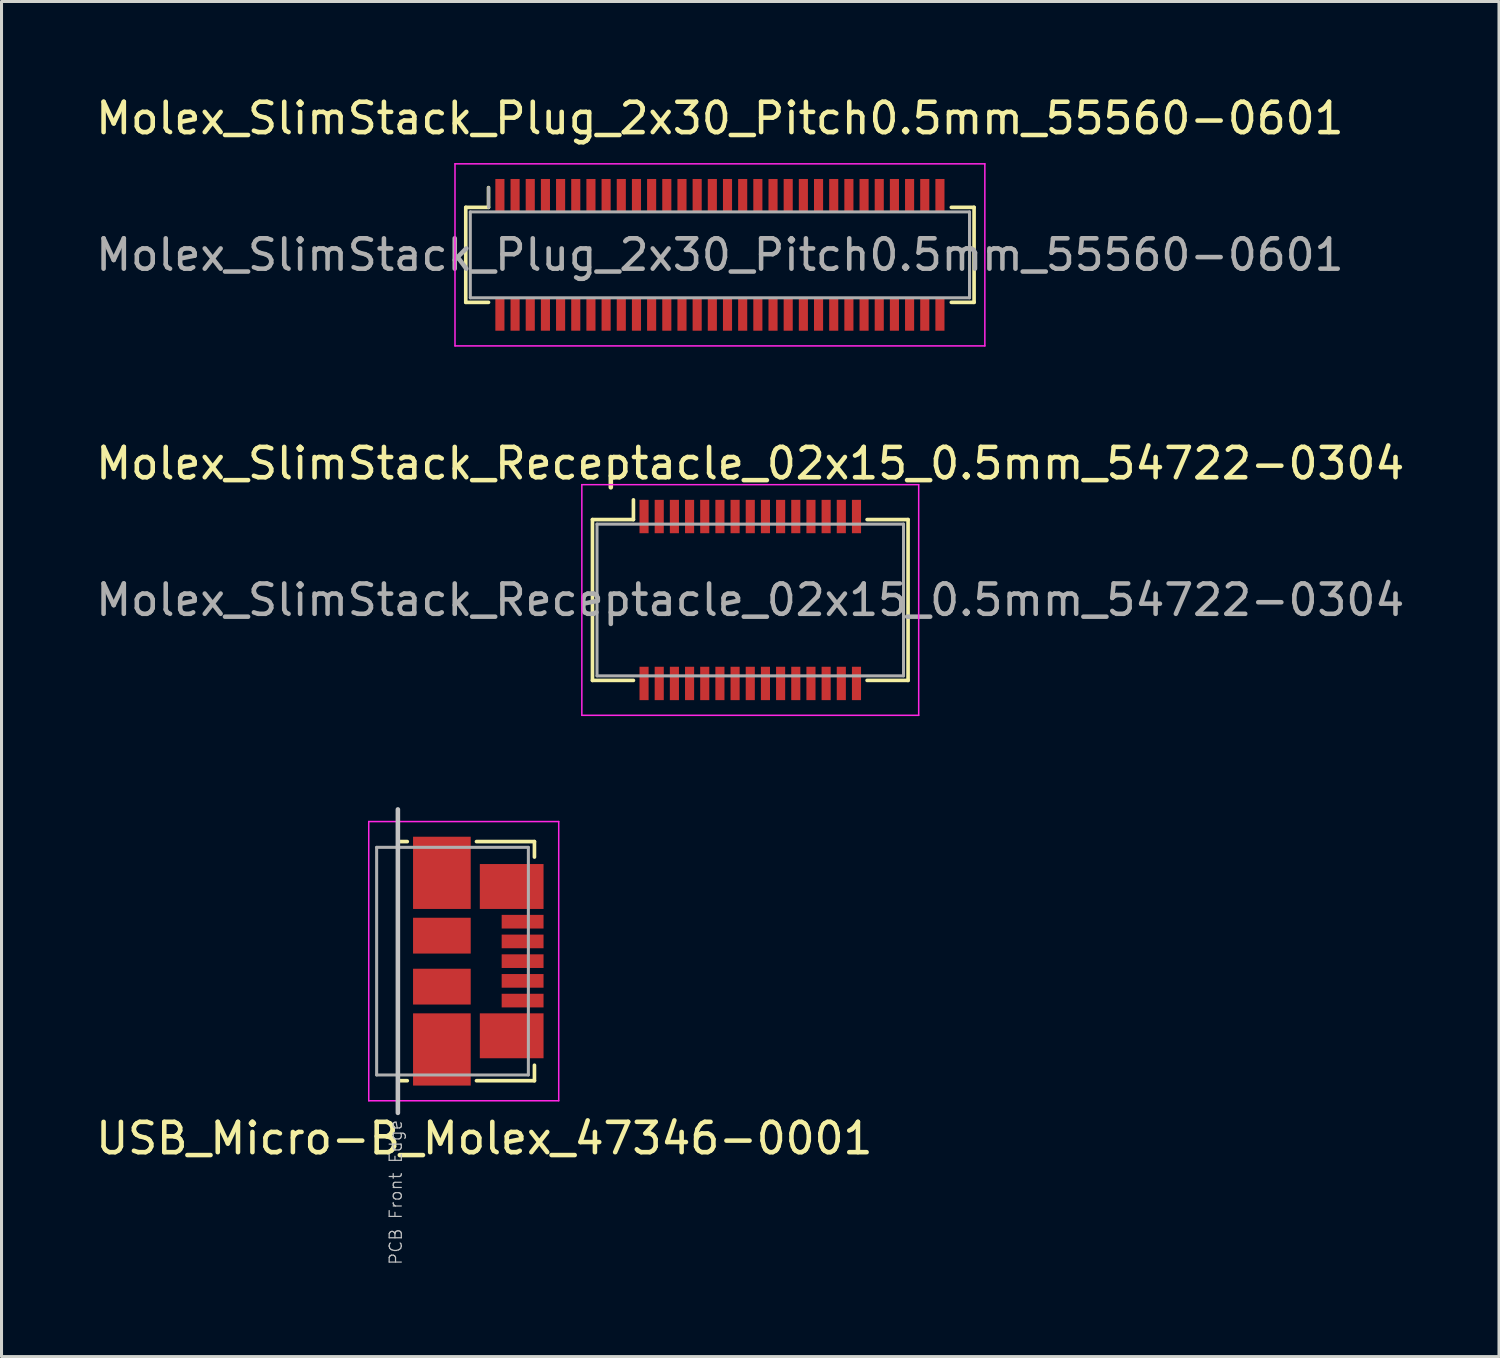
<source format=kicad_pcb>
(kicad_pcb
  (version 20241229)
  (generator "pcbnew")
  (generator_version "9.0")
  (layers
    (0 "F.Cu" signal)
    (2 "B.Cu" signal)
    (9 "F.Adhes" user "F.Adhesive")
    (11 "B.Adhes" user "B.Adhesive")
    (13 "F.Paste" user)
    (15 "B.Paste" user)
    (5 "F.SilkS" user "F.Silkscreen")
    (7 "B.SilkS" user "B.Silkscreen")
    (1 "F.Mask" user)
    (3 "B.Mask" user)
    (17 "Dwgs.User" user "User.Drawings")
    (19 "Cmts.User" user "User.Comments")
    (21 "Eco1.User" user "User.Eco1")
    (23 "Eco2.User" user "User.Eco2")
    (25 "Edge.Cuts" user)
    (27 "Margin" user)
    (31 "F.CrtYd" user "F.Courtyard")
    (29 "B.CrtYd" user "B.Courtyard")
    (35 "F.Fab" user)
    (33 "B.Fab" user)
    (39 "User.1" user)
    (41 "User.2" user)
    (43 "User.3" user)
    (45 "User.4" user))
  (footprint "USB_Micro-B_Molex_47346-0001"
    (layer "F.Cu")
    (at 12.841 28.622)
    (property "Reference" "USB_Micro-B_Molex_47346-0001" (at 0.07 5.84 180) (layer "F.SilkS") (effects (font (size 1 1) (thickness 0.15))))
    (attr smd)
    (fp_line (start -2.73 -3.94) (end -2.47 -3.94) (stroke (width 0.12) (type solid)) (layer "F.SilkS"))
    (fp_line (start -2.47 3.94) (end -2.73 3.94) (stroke (width 0.12) (type solid)) (layer "F.SilkS"))
    (fp_line (start -0.19 -3.94) (end 1.72 -3.94) (stroke (width 0.12) (type solid)) (layer "F.SilkS"))
    (fp_line (start 1.72 -3.94) (end 1.72 -3.43) (stroke (width 0.12) (type solid)) (layer "F.SilkS"))
    (fp_line (start 1.72 3.94) (end -0.19 3.94) (stroke (width 0.12) (type solid)) (layer "F.SilkS"))
    (fp_line (start 1.72 3.94) (end 1.72 3.43) (stroke (width 0.12) (type solid)) (layer "F.SilkS"))
    (fp_line (start -2.78 -5) (end -2.78 5) (stroke (width 0.15) (type solid)) (layer "Dwgs.User"))
    (fp_line (start -3.74 -4.6) (end 2.52 -4.6) (stroke (width 0.05) (type solid)) (layer "F.CrtYd"))
    (fp_line (start -3.74 4.6) (end -3.74 -4.6) (stroke (width 0.05) (type solid)) (layer "F.CrtYd"))
    (fp_line (start 2.52 -4.6) (end 2.52 4.6) (stroke (width 0.05) (type solid)) (layer "F.CrtYd"))
    (fp_line (start 2.52 4.6) (end -3.74 4.6) (stroke (width 0.05) (type solid)) (layer "F.CrtYd"))
    (fp_line (start -3.48 -3.75) (end 1.52 -3.75) (stroke (width 0.1) (type solid)) (layer "F.Fab"))
    (fp_line (start -3.48 3.75) (end -3.48 -3.75) (stroke (width 0.1) (type solid)) (layer "F.Fab"))
    (fp_line (start 1.52 -3.75) (end 1.52 3.75) (stroke (width 0.1) (type solid)) (layer "F.Fab"))
    (fp_line (start 1.52 3.75) (end -3.48 3.75) (stroke (width 0.1) (type solid)) (layer "F.Fab"))
    (fp_text user "PCB Front Edge" (at -2.85 7.62 90) (layer "Dwgs.User") (effects (font (size 0.4 0.4) (thickness 0.04))))
    (pad "1" smd rect (at 1.33 -1.3) (size 1.38 0.45) (layers "F.Cu" "F.Mask" "F.Paste"))
    (pad "2" smd rect (at 1.33 -0.65) (size 1.38 0.45) (layers "F.Cu" "F.Mask" "F.Paste"))
    (pad "3" smd rect (at 1.33 0) (size 1.38 0.45) (layers "F.Cu" "F.Mask" "F.Paste"))
    (pad "4" smd rect (at 1.33 0.65) (size 1.38 0.45) (layers "F.Cu" "F.Mask" "F.Paste"))
    (pad "5" smd rect (at 1.33 1.3) (size 1.38 0.45) (layers "F.Cu" "F.Mask" "F.Paste"))
    (pad "6" smd rect (at -1.33 -2.91) (size 1.9 2.38) (layers "F.Cu" "F.Mask" "F.Paste"))
    (pad "6" smd rect (at -1.33 -0.84) (size 1.9 1.18) (layers "F.Cu" "F.Mask" "F.Paste"))
    (pad "6" smd rect (at -1.33 0.84) (size 1.9 1.18) (layers "F.Cu" "F.Mask" "F.Paste"))
    (pad "6" smd rect (at -1.33 2.91) (size 1.9 2.38) (layers "F.Cu" "F.Mask" "F.Paste"))
    (pad "6" smd rect (at 0.97 -2.46) (size 2.1 1.48) (layers "F.Cu" "F.Mask" "F.Paste"))
    (pad "6" smd rect (at 0.97 2.46) (size 2.1 1.48) (layers "F.Cu" "F.Mask" "F.Paste")))
  (footprint "Molex_SlimStack_Plug_2x30_Pitch0.5mm_55560-0601"
    (layer "F.Cu")
    (at 20.673 5.348)
    (property "Reference" "Molex_SlimStack_Plug_2x30_Pitch0.5mm_55560-0601" (at 0 -4.5 0) (layer "F.SilkS") (effects (font (size 1 1) (thickness 0.15))))
    (attr smd)
    (fp_line (start -8.375 -1.565) (end -7.625 -1.565) (stroke (width 0.12) (type solid)) (layer "F.SilkS"))
    (fp_line (start -8.375 1.565) (end -8.375 -1.565) (stroke (width 0.12) (type solid)) (layer "F.SilkS"))
    (fp_line (start -7.625 -1.565) (end -7.625 -2.215) (stroke (width 0.12) (type solid)) (layer "F.SilkS"))
    (fp_line (start -7.625 1.565) (end -8.375 1.565) (stroke (width 0.12) (type solid)) (layer "F.SilkS"))
    (fp_line (start 7.625 1.565) (end 8.375 1.565) (stroke (width 0.12) (type solid)) (layer "F.SilkS"))
    (fp_line (start 8.375 -1.565) (end 7.625 -1.565) (stroke (width 0.12) (type solid)) (layer "F.SilkS"))
    (fp_line (start 8.375 1.565) (end 8.375 -1.565) (stroke (width 0.12) (type solid)) (layer "F.SilkS"))
    (fp_line (start -8.73 -3) (end -8.73 3) (stroke (width 0.05) (type solid)) (layer "F.CrtYd"))
    (fp_line (start -8.73 3) (end 8.73 3) (stroke (width 0.05) (type solid)) (layer "F.CrtYd"))
    (fp_line (start 8.73 -3) (end -8.73 -3) (stroke (width 0.05) (type solid)) (layer "F.CrtYd"))
    (fp_line (start 8.73 3) (end 8.73 -3) (stroke (width 0.05) (type solid)) (layer "F.CrtYd"))
    (fp_line (start -8.225 -1.415) (end -8.225 1.415) (stroke (width 0.1) (type solid)) (layer "F.Fab"))
    (fp_line (start -8.225 1.415) (end 8.225 1.415) (stroke (width 0.1) (type solid)) (layer "F.Fab"))
    (fp_line (start -7.625 -1.565) (end -7.625 -2.215) (stroke (width 0.1) (type solid)) (layer "F.Fab"))
    (fp_line (start 8.225 -1.415) (end -8.225 -1.415) (stroke (width 0.1) (type solid)) (layer "F.Fab"))
    (fp_line (start 8.225 1.415) (end 8.225 -1.415) (stroke (width 0.1) (type solid)) (layer "F.Fab"))
    (fp_text user "${REFERENCE}" (at 0 0 0) (layer "F.Fab") (effects (font (size 1 1) (thickness 0.15))))
    (pad "1" smd rect (at -7.25 -1.95) (size 0.3 1.1) (layers "F.Cu" "F.Mask" "F.Paste"))
    (pad "2" smd rect (at -7.25 1.95) (size 0.3 1.1) (layers "F.Cu" "F.Mask" "F.Paste"))
    (pad "3" smd rect (at -6.75 -1.95) (size 0.3 1.1) (layers "F.Cu" "F.Mask" "F.Paste"))
    (pad "4" smd rect (at -6.75 1.95) (size 0.3 1.1) (layers "F.Cu" "F.Mask" "F.Paste"))
    (pad "5" smd rect (at -6.25 -1.95) (size 0.3 1.1) (layers "F.Cu" "F.Mask" "F.Paste"))
    (pad "6" smd rect (at -6.25 1.95) (size 0.3 1.1) (layers "F.Cu" "F.Mask" "F.Paste"))
    (pad "7" smd rect (at -5.75 -1.95) (size 0.3 1.1) (layers "F.Cu" "F.Mask" "F.Paste"))
    (pad "8" smd rect (at -5.75 1.95) (size 0.3 1.1) (layers "F.Cu" "F.Mask" "F.Paste"))
    (pad "9" smd rect (at -5.25 -1.95) (size 0.3 1.1) (layers "F.Cu" "F.Mask" "F.Paste"))
    (pad "10" smd rect (at -5.25 1.95) (size 0.3 1.1) (layers "F.Cu" "F.Mask" "F.Paste"))
    (pad "11" smd rect (at -4.75 -1.95) (size 0.3 1.1) (layers "F.Cu" "F.Mask" "F.Paste"))
    (pad "12" smd rect (at -4.75 1.95) (size 0.3 1.1) (layers "F.Cu" "F.Mask" "F.Paste"))
    (pad "13" smd rect (at -4.25 -1.95) (size 0.3 1.1) (layers "F.Cu" "F.Mask" "F.Paste"))
    (pad "14" smd rect (at -4.25 1.95) (size 0.3 1.1) (layers "F.Cu" "F.Mask" "F.Paste"))
    (pad "15" smd rect (at -3.75 -1.95) (size 0.3 1.1) (layers "F.Cu" "F.Mask" "F.Paste"))
    (pad "16" smd rect (at -3.75 1.95) (size 0.3 1.1) (layers "F.Cu" "F.Mask" "F.Paste"))
    (pad "17" smd rect (at -3.25 -1.95) (size 0.3 1.1) (layers "F.Cu" "F.Mask" "F.Paste"))
    (pad "18" smd rect (at -3.25 1.95) (size 0.3 1.1) (layers "F.Cu" "F.Mask" "F.Paste"))
    (pad "19" smd rect (at -2.75 -1.95) (size 0.3 1.1) (layers "F.Cu" "F.Mask" "F.Paste"))
    (pad "20" smd rect (at -2.75 1.95) (size 0.3 1.1) (layers "F.Cu" "F.Mask" "F.Paste"))
    (pad "21" smd rect (at -2.25 -1.95) (size 0.3 1.1) (layers "F.Cu" "F.Mask" "F.Paste"))
    (pad "22" smd rect (at -2.25 1.95) (size 0.3 1.1) (layers "F.Cu" "F.Mask" "F.Paste"))
    (pad "23" smd rect (at -1.75 -1.95) (size 0.3 1.1) (layers "F.Cu" "F.Mask" "F.Paste"))
    (pad "24" smd rect (at -1.75 1.95) (size 0.3 1.1) (layers "F.Cu" "F.Mask" "F.Paste"))
    (pad "25" smd rect (at -1.25 -1.95) (size 0.3 1.1) (layers "F.Cu" "F.Mask" "F.Paste"))
    (pad "26" smd rect (at -1.25 1.95) (size 0.3 1.1) (layers "F.Cu" "F.Mask" "F.Paste"))
    (pad "27" smd rect (at -0.75 -1.95) (size 0.3 1.1) (layers "F.Cu" "F.Mask" "F.Paste"))
    (pad "28" smd rect (at -0.75 1.95) (size 0.3 1.1) (layers "F.Cu" "F.Mask" "F.Paste"))
    (pad "29" smd rect (at -0.25 -1.95) (size 0.3 1.1) (layers "F.Cu" "F.Mask" "F.Paste"))
    (pad "30" smd rect (at -0.25 1.95) (size 0.3 1.1) (layers "F.Cu" "F.Mask" "F.Paste"))
    (pad "31" smd rect (at 0.25 -1.95) (size 0.3 1.1) (layers "F.Cu" "F.Mask" "F.Paste"))
    (pad "32" smd rect (at 0.25 1.95) (size 0.3 1.1) (layers "F.Cu" "F.Mask" "F.Paste"))
    (pad "33" smd rect (at 0.75 -1.95) (size 0.3 1.1) (layers "F.Cu" "F.Mask" "F.Paste"))
    (pad "34" smd rect (at 0.75 1.95) (size 0.3 1.1) (layers "F.Cu" "F.Mask" "F.Paste"))
    (pad "35" smd rect (at 1.25 -1.95) (size 0.3 1.1) (layers "F.Cu" "F.Mask" "F.Paste"))
    (pad "36" smd rect (at 1.25 1.95) (size 0.3 1.1) (layers "F.Cu" "F.Mask" "F.Paste"))
    (pad "37" smd rect (at 1.75 -1.95) (size 0.3 1.1) (layers "F.Cu" "F.Mask" "F.Paste"))
    (pad "38" smd rect (at 1.75 1.95) (size 0.3 1.1) (layers "F.Cu" "F.Mask" "F.Paste"))
    (pad "39" smd rect (at 2.25 -1.95) (size 0.3 1.1) (layers "F.Cu" "F.Mask" "F.Paste"))
    (pad "40" smd rect (at 2.25 1.95) (size 0.3 1.1) (layers "F.Cu" "F.Mask" "F.Paste"))
    (pad "41" smd rect (at 2.75 -1.95) (size 0.3 1.1) (layers "F.Cu" "F.Mask" "F.Paste"))
    (pad "42" smd rect (at 2.75 1.95) (size 0.3 1.1) (layers "F.Cu" "F.Mask" "F.Paste"))
    (pad "43" smd rect (at 3.25 -1.95) (size 0.3 1.1) (layers "F.Cu" "F.Mask" "F.Paste"))
    (pad "44" smd rect (at 3.25 1.95) (size 0.3 1.1) (layers "F.Cu" "F.Mask" "F.Paste"))
    (pad "45" smd rect (at 3.75 -1.95) (size 0.3 1.1) (layers "F.Cu" "F.Mask" "F.Paste"))
    (pad "46" smd rect (at 3.75 1.95) (size 0.3 1.1) (layers "F.Cu" "F.Mask" "F.Paste"))
    (pad "47" smd rect (at 4.25 -1.95) (size 0.3 1.1) (layers "F.Cu" "F.Mask" "F.Paste"))
    (pad "48" smd rect (at 4.25 1.95) (size 0.3 1.1) (layers "F.Cu" "F.Mask" "F.Paste"))
    (pad "49" smd rect (at 4.75 -1.95) (size 0.3 1.1) (layers "F.Cu" "F.Mask" "F.Paste"))
    (pad "50" smd rect (at 4.75 1.95) (size 0.3 1.1) (layers "F.Cu" "F.Mask" "F.Paste"))
    (pad "51" smd rect (at 5.25 -1.95) (size 0.3 1.1) (layers "F.Cu" "F.Mask" "F.Paste"))
    (pad "52" smd rect (at 5.25 1.95) (size 0.3 1.1) (layers "F.Cu" "F.Mask" "F.Paste"))
    (pad "53" smd rect (at 5.75 -1.95) (size 0.3 1.1) (layers "F.Cu" "F.Mask" "F.Paste"))
    (pad "54" smd rect (at 5.75 1.95) (size 0.3 1.1) (layers "F.Cu" "F.Mask" "F.Paste"))
    (pad "55" smd rect (at 6.25 -1.95) (size 0.3 1.1) (layers "F.Cu" "F.Mask" "F.Paste"))
    (pad "56" smd rect (at 6.25 1.95) (size 0.3 1.1) (layers "F.Cu" "F.Mask" "F.Paste"))
    (pad "57" smd rect (at 6.75 -1.95) (size 0.3 1.1) (layers "F.Cu" "F.Mask" "F.Paste"))
    (pad "58" smd rect (at 6.75 1.95) (size 0.3 1.1) (layers "F.Cu" "F.Mask" "F.Paste"))
    (pad "59" smd rect (at 7.25 -1.95) (size 0.3 1.1) (layers "F.Cu" "F.Mask" "F.Paste"))
    (pad "60" smd rect (at 7.25 1.95) (size 0.3 1.1) (layers "F.Cu" "F.Mask" "F.Paste")))
  (footprint "Molex_SlimStack_Receptacle_02x15_0.5mm_54722-0304"
    (layer "F.Cu")
    (at 21.673 16.721)
    (property "Reference" "Molex_SlimStack_Receptacle_02x15_0.5mm_54722-0304" (at 0 -4.5 0) (layer "F.SilkS") (effects (font (size 1 1) (thickness 0.15))))
    (attr smd)
    (fp_line (start -5.2 -2.65) (end -3.85 -2.65) (stroke (width 0.12) (type solid)) (layer "F.SilkS"))
    (fp_line (start -5.2 2.65) (end -5.2 -2.65) (stroke (width 0.12) (type solid)) (layer "F.SilkS"))
    (fp_line (start -3.85 -2.65) (end -3.85 -3.3) (stroke (width 0.12) (type solid)) (layer "F.SilkS"))
    (fp_line (start -3.85 2.65) (end -5.2 2.65) (stroke (width 0.12) (type solid)) (layer "F.SilkS"))
    (fp_line (start 3.85 2.65) (end 5.2 2.65) (stroke (width 0.12) (type solid)) (layer "F.SilkS"))
    (fp_line (start 5.2 -2.65) (end 3.85 -2.65) (stroke (width 0.12) (type solid)) (layer "F.SilkS"))
    (fp_line (start 5.2 2.65) (end 5.2 -2.65) (stroke (width 0.12) (type solid)) (layer "F.SilkS"))
    (fp_line (start -5.55 -3.8) (end -5.55 3.8) (stroke (width 0.05) (type solid)) (layer "F.CrtYd"))
    (fp_line (start -5.55 3.8) (end 5.55 3.8) (stroke (width 0.05) (type solid)) (layer "F.CrtYd"))
    (fp_line (start 5.55 -3.8) (end -5.55 -3.8) (stroke (width 0.05) (type solid)) (layer "F.CrtYd"))
    (fp_line (start 5.55 3.8) (end 5.55 -3.8) (stroke (width 0.05) (type solid)) (layer "F.CrtYd"))
    (fp_line (start -5.05 -2.5) (end -5.05 2.5) (stroke (width 0.1) (type solid)) (layer "F.Fab"))
    (fp_line (start -5.05 2.5) (end 5.05 2.5) (stroke (width 0.1) (type solid)) (layer "F.Fab"))
    (fp_line (start 5.05 -2.5) (end -5.05 -2.5) (stroke (width 0.1) (type solid)) (layer "F.Fab"))
    (fp_line (start 5.05 2.5) (end 5.05 -2.5) (stroke (width 0.1) (type solid)) (layer "F.Fab"))
    (fp_text user "${REFERENCE}" (at 0 0 0) (layer "F.Fab") (effects (font (size 1 1) (thickness 0.15))))
    (pad "1" smd rect (at -3.5 -2.75) (size 0.3 1.1) (layers "F.Cu" "F.Mask" "F.Paste"))
    (pad "2" smd rect (at -3.5 2.75) (size 0.3 1.1) (layers "F.Cu" "F.Mask" "F.Paste"))
    (pad "3" smd rect (at -3 -2.75) (size 0.3 1.1) (layers "F.Cu" "F.Mask" "F.Paste"))
    (pad "4" smd rect (at -3 2.75) (size 0.3 1.1) (layers "F.Cu" "F.Mask" "F.Paste"))
    (pad "5" smd rect (at -2.5 -2.75) (size 0.3 1.1) (layers "F.Cu" "F.Mask" "F.Paste"))
    (pad "6" smd rect (at -2.5 2.75) (size 0.3 1.1) (layers "F.Cu" "F.Mask" "F.Paste"))
    (pad "7" smd rect (at -2 -2.75) (size 0.3 1.1) (layers "F.Cu" "F.Mask" "F.Paste"))
    (pad "8" smd rect (at -2 2.75) (size 0.3 1.1) (layers "F.Cu" "F.Mask" "F.Paste"))
    (pad "9" smd rect (at -1.5 -2.75) (size 0.3 1.1) (layers "F.Cu" "F.Mask" "F.Paste"))
    (pad "10" smd rect (at -1.5 2.75) (size 0.3 1.1) (layers "F.Cu" "F.Mask" "F.Paste"))
    (pad "11" smd rect (at -1 -2.75) (size 0.3 1.1) (layers "F.Cu" "F.Mask" "F.Paste"))
    (pad "12" smd rect (at -1 2.75) (size 0.3 1.1) (layers "F.Cu" "F.Mask" "F.Paste"))
    (pad "13" smd rect (at -0.5 -2.75) (size 0.3 1.1) (layers "F.Cu" "F.Mask" "F.Paste"))
    (pad "14" smd rect (at -0.5 2.75) (size 0.3 1.1) (layers "F.Cu" "F.Mask" "F.Paste"))
    (pad "15" smd rect (at 0 -2.75) (size 0.3 1.1) (layers "F.Cu" "F.Mask" "F.Paste"))
    (pad "16" smd rect (at 0 2.75) (size 0.3 1.1) (layers "F.Cu" "F.Mask" "F.Paste"))
    (pad "17" smd rect (at 0.5 -2.75) (size 0.3 1.1) (layers "F.Cu" "F.Mask" "F.Paste"))
    (pad "18" smd rect (at 0.5 2.75) (size 0.3 1.1) (layers "F.Cu" "F.Mask" "F.Paste"))
    (pad "19" smd rect (at 1 -2.75) (size 0.3 1.1) (layers "F.Cu" "F.Mask" "F.Paste"))
    (pad "20" smd rect (at 1 2.75) (size 0.3 1.1) (layers "F.Cu" "F.Mask" "F.Paste"))
    (pad "21" smd rect (at 1.5 -2.75) (size 0.3 1.1) (layers "F.Cu" "F.Mask" "F.Paste"))
    (pad "22" smd rect (at 1.5 2.75) (size 0.3 1.1) (layers "F.Cu" "F.Mask" "F.Paste"))
    (pad "23" smd rect (at 2 -2.75) (size 0.3 1.1) (layers "F.Cu" "F.Mask" "F.Paste"))
    (pad "24" smd rect (at 2 2.75) (size 0.3 1.1) (layers "F.Cu" "F.Mask" "F.Paste"))
    (pad "25" smd rect (at 2.5 -2.75) (size 0.3 1.1) (layers "F.Cu" "F.Mask" "F.Paste"))
    (pad "26" smd rect (at 2.5 2.75) (size 0.3 1.1) (layers "F.Cu" "F.Mask" "F.Paste"))
    (pad "27" smd rect (at 3 -2.75) (size 0.3 1.1) (layers "F.Cu" "F.Mask" "F.Paste"))
    (pad "28" smd rect (at 3 2.75) (size 0.3 1.1) (layers "F.Cu" "F.Mask" "F.Paste"))
    (pad "29" smd rect (at 3.5 -2.75) (size 0.3 1.1) (layers "F.Cu" "F.Mask" "F.Paste"))
    (pad "30" smd rect (at 3.5 2.75) (size 0.3 1.1) (layers "F.Cu" "F.Mask" "F.Paste")))
  (gr_rect
    (start -3 -3)
    (end 46.345 41.652)
    (stroke (width 0.1) (type default))
    (fill no)
    (layer "Edge.Cuts")))
</source>
